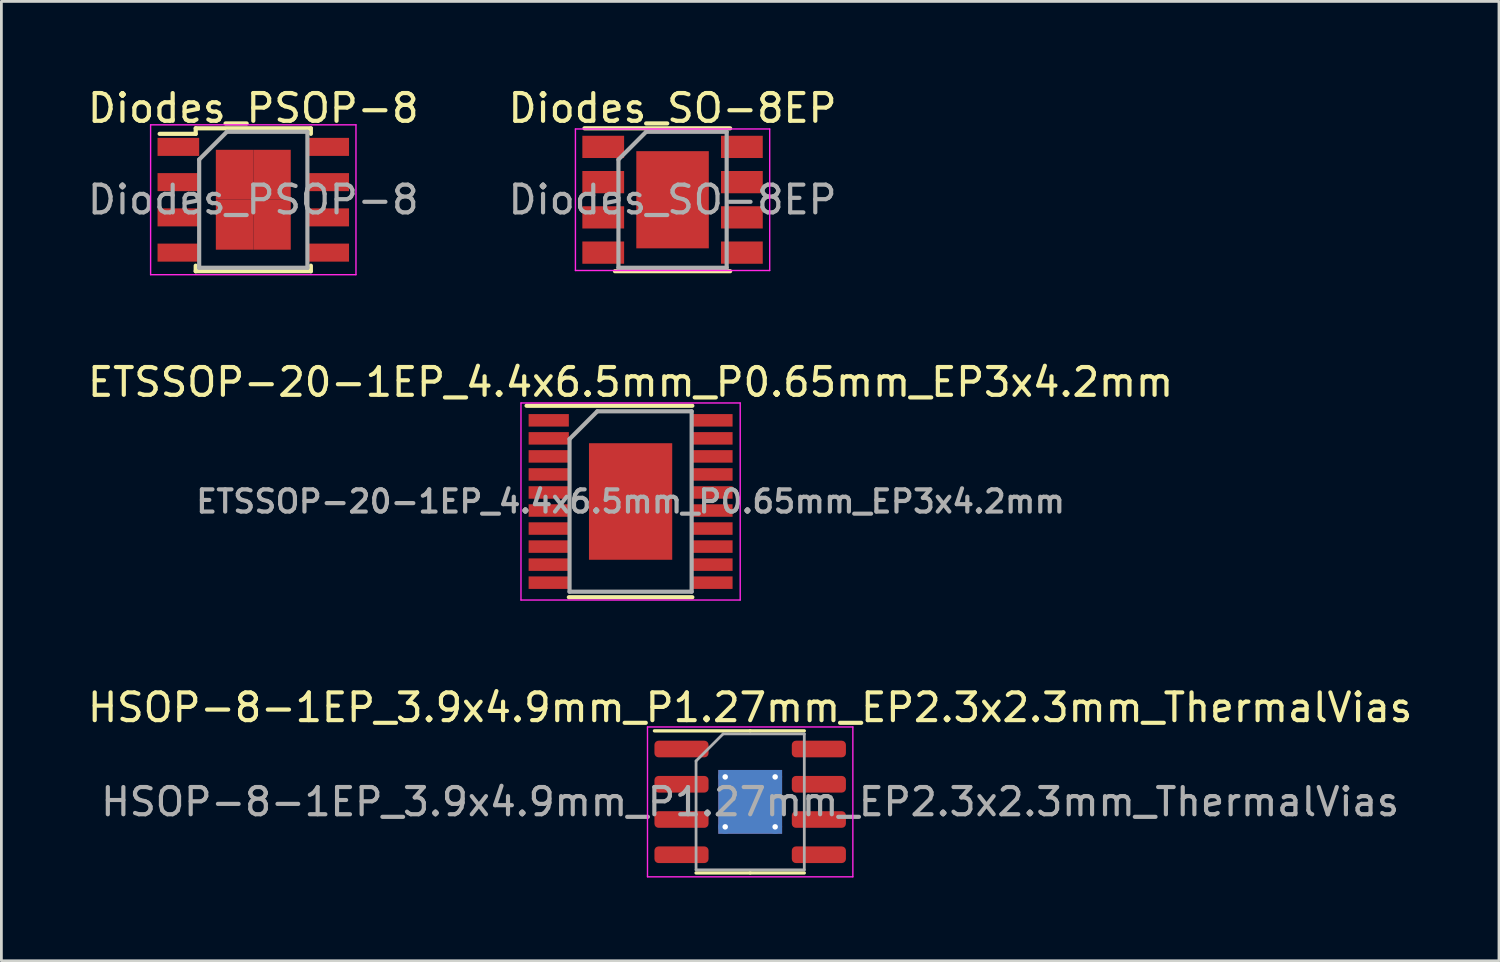
<source format=kicad_pcb>
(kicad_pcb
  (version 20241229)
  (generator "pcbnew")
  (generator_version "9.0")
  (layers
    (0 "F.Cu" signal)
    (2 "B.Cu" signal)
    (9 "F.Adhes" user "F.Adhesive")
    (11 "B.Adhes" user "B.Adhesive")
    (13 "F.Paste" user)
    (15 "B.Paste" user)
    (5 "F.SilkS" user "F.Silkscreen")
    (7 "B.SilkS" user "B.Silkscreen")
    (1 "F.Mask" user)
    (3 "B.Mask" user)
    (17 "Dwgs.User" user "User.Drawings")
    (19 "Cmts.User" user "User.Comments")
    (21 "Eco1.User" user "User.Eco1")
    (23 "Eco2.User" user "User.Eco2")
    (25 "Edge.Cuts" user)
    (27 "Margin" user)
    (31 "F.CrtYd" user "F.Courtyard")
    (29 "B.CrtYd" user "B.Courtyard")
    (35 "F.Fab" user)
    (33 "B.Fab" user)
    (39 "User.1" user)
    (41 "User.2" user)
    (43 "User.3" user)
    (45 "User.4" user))
  (footprint "Diodes_PSOP-8"
    (layer "F.Cu")
    (at 6.077 4.148)
    (property "Reference" "Diodes_PSOP-8" (at 0 -3.3 0) (layer "F.SilkS") (effects (font (size 1 1) (thickness 0.15))))
    (attr smd)
    (fp_line (start -2.075 -2.575) (end -2.075 -2.375) (stroke (width 0.15) (type solid)) (layer "F.SilkS"))
    (fp_line (start -2.075 -2.575) (end 2.075 -2.575) (stroke (width 0.15) (type solid)) (layer "F.SilkS"))
    (fp_line (start -2.075 -2.375) (end -3.375 -2.375) (stroke (width 0.15) (type solid)) (layer "F.SilkS"))
    (fp_line (start -2.075 2.575) (end -2.075 2.375) (stroke (width 0.15) (type solid)) (layer "F.SilkS"))
    (fp_line (start -2.075 2.575) (end 2.075 2.575) (stroke (width 0.15) (type solid)) (layer "F.SilkS"))
    (fp_line (start 2.075 -2.575) (end 2.075 -2.375) (stroke (width 0.15) (type solid)) (layer "F.SilkS"))
    (fp_line (start 2.075 2.575) (end 2.075 2.375) (stroke (width 0.15) (type solid)) (layer "F.SilkS"))
    (fp_line (start -3.7 -2.7) (end -3.7 2.7) (stroke (width 0.05) (type solid)) (layer "F.CrtYd"))
    (fp_line (start -3.7 -2.7) (end 3.7 -2.7) (stroke (width 0.05) (type solid)) (layer "F.CrtYd"))
    (fp_line (start -3.7 2.7) (end 3.7 2.7) (stroke (width 0.05) (type solid)) (layer "F.CrtYd"))
    (fp_line (start 3.7 -2.7) (end 3.7 2.7) (stroke (width 0.05) (type solid)) (layer "F.CrtYd"))
    (fp_line (start -1.95 -1.45) (end -0.95 -2.45) (stroke (width 0.15) (type solid)) (layer "F.Fab"))
    (fp_line (start -1.95 2.45) (end -1.95 -1.45) (stroke (width 0.15) (type solid)) (layer "F.Fab"))
    (fp_line (start -0.95 -2.45) (end 1.95 -2.45) (stroke (width 0.15) (type solid)) (layer "F.Fab"))
    (fp_line (start 1.95 -2.45) (end 1.95 2.45) (stroke (width 0.15) (type solid)) (layer "F.Fab"))
    (fp_line (start 1.95 2.45) (end -1.95 2.45) (stroke (width 0.15) (type solid)) (layer "F.Fab"))
    (fp_text user "${REFERENCE}" (at 0 0 0) (layer "F.Fab") (effects (font (size 1 1) (thickness 0.15))))
    (pad "1" smd rect (at -2.7 -1.905) (size 1.5 0.65) (layers "F.Cu" "F.Mask" "F.Paste"))
    (pad "2" smd rect (at -2.7 -0.635) (size 1.5 0.65) (layers "F.Cu" "F.Mask" "F.Paste"))
    (pad "3" smd rect (at -2.7 0.635) (size 1.5 0.65) (layers "F.Cu" "F.Mask" "F.Paste"))
    (pad "4" smd rect (at -2.7 1.905) (size 1.5 0.65) (layers "F.Cu" "F.Mask" "F.Paste"))
    (pad "5" smd rect (at 2.7 1.905) (size 1.5 0.65) (layers "F.Cu" "F.Mask" "F.Paste"))
    (pad "6" smd rect (at 2.7 0.635) (size 1.5 0.65) (layers "F.Cu" "F.Mask" "F.Paste"))
    (pad "7" smd rect (at 2.7 -0.635) (size 1.5 0.65) (layers "F.Cu" "F.Mask" "F.Paste"))
    (pad "8" smd rect (at 2.7 -1.905) (size 1.5 0.65) (layers "F.Cu" "F.Mask" "F.Paste"))
    (pad "9" smd rect (at -0.675 -0.9) (size 1.35 1.8) (layers "F.Cu" "F.Mask" "F.Paste"))
    (pad "9" smd rect (at -0.675 0.9) (size 1.35 1.8) (layers "F.Cu" "F.Mask" "F.Paste"))
    (pad "9" smd rect (at 0.675 -0.9) (size 1.35 1.8) (layers "F.Cu" "F.Mask" "F.Paste"))
    (pad "9" smd rect (at 0.675 0.9) (size 1.35 1.8) (layers "F.Cu" "F.Mask" "F.Paste")))
  (footprint "Diodes_SO-8EP"
    (layer "F.Cu")
    (at 21.185 4.148)
    (property "Reference" "Diodes_SO-8EP" (at 0 -3.3 0) (layer "F.SilkS") (effects (font (size 1 1) (thickness 0.15))))
    (attr smd)
    (fp_line (start -3.175 -2.575) (end 2.075 -2.575) (stroke (width 0.15) (type solid)) (layer "F.SilkS"))
    (fp_line (start -2.075 2.575) (end 2.075 2.575) (stroke (width 0.15) (type solid)) (layer "F.SilkS"))
    (fp_line (start -3.5 -2.55) (end -3.5 2.55) (stroke (width 0.05) (type solid)) (layer "F.CrtYd"))
    (fp_line (start -3.5 -2.55) (end 3.5 -2.55) (stroke (width 0.05) (type solid)) (layer "F.CrtYd"))
    (fp_line (start -3.5 2.55) (end 3.5 2.55) (stroke (width 0.05) (type solid)) (layer "F.CrtYd"))
    (fp_line (start 3.5 -2.55) (end 3.5 2.55) (stroke (width 0.05) (type solid)) (layer "F.CrtYd"))
    (fp_line (start -1.95 -1.45) (end -0.95 -2.45) (stroke (width 0.15) (type solid)) (layer "F.Fab"))
    (fp_line (start -1.95 2.45) (end -1.95 -1.45) (stroke (width 0.15) (type solid)) (layer "F.Fab"))
    (fp_line (start -0.95 -2.45) (end 1.95 -2.45) (stroke (width 0.15) (type solid)) (layer "F.Fab"))
    (fp_line (start 1.95 -2.45) (end 1.95 2.45) (stroke (width 0.15) (type solid)) (layer "F.Fab"))
    (fp_line (start 1.95 2.45) (end -1.95 2.45) (stroke (width 0.15) (type solid)) (layer "F.Fab"))
    (fp_text user "${REFERENCE}" (at 0 0 0) (layer "F.Fab") (effects (font (size 1 1) (thickness 0.15))))
    (pad "1" smd rect (at -2.498 -1.905) (size 1.505 0.802) (layers "F.Cu" "F.Mask" "F.Paste"))
    (pad "2" smd rect (at -2.498 -0.635) (size 1.505 0.802) (layers "F.Cu" "F.Mask" "F.Paste"))
    (pad "3" smd rect (at -2.498 0.635) (size 1.505 0.802) (layers "F.Cu" "F.Mask" "F.Paste"))
    (pad "4" smd rect (at -2.498 1.905) (size 1.505 0.802) (layers "F.Cu" "F.Mask" "F.Paste"))
    (pad "5" smd rect (at 2.498 1.905) (size 1.505 0.802) (layers "F.Cu" "F.Mask" "F.Paste"))
    (pad "6" smd rect (at 2.498 0.635) (size 1.505 0.802) (layers "F.Cu" "F.Mask" "F.Paste"))
    (pad "7" smd rect (at 2.498 -0.635) (size 1.505 0.802) (layers "F.Cu" "F.Mask" "F.Paste"))
    (pad "8" smd rect (at 2.498 -1.905) (size 1.505 0.802) (layers "F.Cu" "F.Mask" "F.Paste"))
    (pad "9" smd rect (at 0 0) (size 2.613 3.502) (layers "F.Cu" "F.Mask" "F.Paste")))
  (footprint "HSOP-8-1EP_3.9x4.9mm_P1.27mm_EP2.3x2.3mm_ThermalVias"
    (layer "F.Cu")
    (at 23.982 25.845)
    (property "Reference" "HSOP-8-1EP_3.9x4.9mm_P1.27mm_EP2.3x2.3mm_ThermalVias" (at 0 -3.4 0) (layer "F.SilkS") (effects (font (size 1 1) (thickness 0.15))))
    (attr smd)
    (fp_line (start 0 -2.56) (end -3.45 -2.56) (stroke (width 0.12) (type solid)) (layer "F.SilkS"))
    (fp_line (start 0 -2.56) (end 1.95 -2.56) (stroke (width 0.12) (type solid)) (layer "F.SilkS"))
    (fp_line (start 0 2.56) (end -1.95 2.56) (stroke (width 0.12) (type solid)) (layer "F.SilkS"))
    (fp_line (start 0 2.56) (end 1.95 2.56) (stroke (width 0.12) (type solid)) (layer "F.SilkS"))
    (fp_line (start -3.7 -2.7) (end -3.7 2.7) (stroke (width 0.05) (type solid)) (layer "F.CrtYd"))
    (fp_line (start -3.7 2.7) (end 3.7 2.7) (stroke (width 0.05) (type solid)) (layer "F.CrtYd"))
    (fp_line (start 3.7 -2.7) (end -3.7 -2.7) (stroke (width 0.05) (type solid)) (layer "F.CrtYd"))
    (fp_line (start 3.7 2.7) (end 3.7 -2.7) (stroke (width 0.05) (type solid)) (layer "F.CrtYd"))
    (fp_line (start -1.95 -1.475) (end -0.975 -2.45) (stroke (width 0.1) (type solid)) (layer "F.Fab"))
    (fp_line (start -1.95 2.45) (end -1.95 -1.475) (stroke (width 0.1) (type solid)) (layer "F.Fab"))
    (fp_line (start -0.975 -2.45) (end 1.95 -2.45) (stroke (width 0.1) (type solid)) (layer "F.Fab"))
    (fp_line (start 1.95 -2.45) (end 1.95 2.45) (stroke (width 0.1) (type solid)) (layer "F.Fab"))
    (fp_line (start 1.95 2.45) (end -1.95 2.45) (stroke (width 0.1) (type solid)) (layer "F.Fab"))
    (fp_text user "${REFERENCE}" (at 0 0 0) (layer "F.Fab") (effects (font (size 0.98 0.98) (thickness 0.15))))
    (pad "" smd roundrect (at -0.575 -0.575) (size 0.93 0.93) (layers "F.Paste") (roundrect_rratio 0.25))
    (pad "" smd roundrect (at -0.575 0.575) (size 0.93 0.93) (layers "F.Paste") (roundrect_rratio 0.25))
    (pad "" smd roundrect (at 0.575 -0.575) (size 0.93 0.93) (layers "F.Paste") (roundrect_rratio 0.25))
    (pad "" smd roundrect (at 0.575 0.575) (size 0.93 0.93) (layers "F.Paste") (roundrect_rratio 0.25))
    (pad "1" smd roundrect (at -2.475 -1.905) (size 1.95 0.6) (layers "F.Cu" "F.Mask" "F.Paste") (roundrect_rratio 0.25))
    (pad "2" smd roundrect (at -2.475 -0.635) (size 1.95 0.6) (layers "F.Cu" "F.Mask" "F.Paste") (roundrect_rratio 0.25))
    (pad "3" smd roundrect (at -2.475 0.635) (size 1.95 0.6) (layers "F.Cu" "F.Mask" "F.Paste") (roundrect_rratio 0.25))
    (pad "4" smd roundrect (at -2.475 1.905) (size 1.95 0.6) (layers "F.Cu" "F.Mask" "F.Paste") (roundrect_rratio 0.25))
    (pad "5" smd roundrect (at 2.475 1.905) (size 1.95 0.6) (layers "F.Cu" "F.Mask" "F.Paste") (roundrect_rratio 0.25))
    (pad "6" smd roundrect (at 2.475 0.635) (size 1.95 0.6) (layers "F.Cu" "F.Mask" "F.Paste") (roundrect_rratio 0.25))
    (pad "7" smd roundrect (at 2.475 -0.635) (size 1.95 0.6) (layers "F.Cu" "F.Mask" "F.Paste") (roundrect_rratio 0.25))
    (pad "8" smd roundrect (at 2.475 -1.905) (size 1.95 0.6) (layers "F.Cu" "F.Mask" "F.Paste") (roundrect_rratio 0.25))
    (pad "9" thru_hole circle (at -0.9 -0.9) (size 0.5 0.5) (drill 0.2) (layers "*.Cu"))
    (pad "9" thru_hole circle (at -0.9 0.9) (size 0.5 0.5) (drill 0.2) (layers "*.Cu"))
    (pad "9" smd rect (at 0 0) (size 2.3 2.3) (layers "F.Cu" "F.Mask"))
    (pad "9" smd rect (at 0 0) (size 2.3 2.3) (layers "B.Cu"))
    (pad "9" thru_hole circle (at 0.9 -0.9) (size 0.5 0.5) (drill 0.2) (layers "*.Cu"))
    (pad "9" thru_hole circle (at 0.9 0.9) (size 0.5 0.5) (drill 0.2) (layers "*.Cu")))
  (footprint "ETSSOP-20-1EP_4.4x6.5mm_P0.65mm_EP3x4.2mm"
    (layer "F.Cu")
    (at 19.673 15.021)
    (property "Reference" "ETSSOP-20-1EP_4.4x6.5mm_P0.65mm_EP3x4.2mm" (at 0 -4.3 0) (layer "F.SilkS") (effects (font (size 1 1) (thickness 0.15))))
    (attr smd)
    (fp_line (start -3.75 -3.45) (end 2.225 -3.45) (stroke (width 0.15) (type solid)) (layer "F.SilkS"))
    (fp_line (start -2.225 3.45) (end 2.225 3.45) (stroke (width 0.15) (type solid)) (layer "F.SilkS"))
    (fp_line (start -3.95 -3.55) (end -3.95 3.55) (stroke (width 0.05) (type solid)) (layer "F.CrtYd"))
    (fp_line (start -3.95 -3.55) (end 3.95 -3.55) (stroke (width 0.05) (type solid)) (layer "F.CrtYd"))
    (fp_line (start -3.95 3.55) (end 3.95 3.55) (stroke (width 0.05) (type solid)) (layer "F.CrtYd"))
    (fp_line (start 3.95 -3.55) (end 3.95 3.55) (stroke (width 0.05) (type solid)) (layer "F.CrtYd"))
    (fp_line (start -2.2 -2.25) (end -1.2 -3.25) (stroke (width 0.15) (type solid)) (layer "F.Fab"))
    (fp_line (start -2.2 3.25) (end -2.2 -2.25) (stroke (width 0.15) (type solid)) (layer "F.Fab"))
    (fp_line (start -1.2 -3.25) (end 2.2 -3.25) (stroke (width 0.15) (type solid)) (layer "F.Fab"))
    (fp_line (start 2.2 -3.25) (end 2.2 3.25) (stroke (width 0.15) (type solid)) (layer "F.Fab"))
    (fp_line (start 2.2 3.25) (end -2.2 3.25) (stroke (width 0.15) (type solid)) (layer "F.Fab"))
    (fp_text user "${REFERENCE}" (at 0 0 0) (layer "F.Fab") (effects (font (size 0.8 0.8) (thickness 0.15))))
    (pad "" smd rect (at -0.75 -1.4) (size 1.2 1.14) (layers "F.Paste"))
    (pad "" smd rect (at -0.75 0) (size 1.2 1.14) (layers "F.Paste"))
    (pad "" smd rect (at -0.75 1.4) (size 1.2 1.14) (layers "F.Paste"))
    (pad "" smd rect (at 0.75 -1.4) (size 1.2 1.14) (layers "F.Paste"))
    (pad "" smd rect (at 0.75 0) (size 1.2 1.14) (layers "F.Paste"))
    (pad "" smd rect (at 0.75 1.4) (size 1.2 1.14) (layers "F.Paste"))
    (pad "1" smd rect (at -2.95 -2.925) (size 1.45 0.45) (layers "F.Cu" "F.Mask" "F.Paste"))
    (pad "2" smd rect (at -2.95 -2.275) (size 1.45 0.45) (layers "F.Cu" "F.Mask" "F.Paste"))
    (pad "3" smd rect (at -2.95 -1.625) (size 1.45 0.45) (layers "F.Cu" "F.Mask" "F.Paste"))
    (pad "4" smd rect (at -2.95 -0.975) (size 1.45 0.45) (layers "F.Cu" "F.Mask" "F.Paste"))
    (pad "5" smd rect (at -2.95 -0.325) (size 1.45 0.45) (layers "F.Cu" "F.Mask" "F.Paste"))
    (pad "6" smd rect (at -2.95 0.325) (size 1.45 0.45) (layers "F.Cu" "F.Mask" "F.Paste"))
    (pad "7" smd rect (at -2.95 0.975) (size 1.45 0.45) (layers "F.Cu" "F.Mask" "F.Paste"))
    (pad "8" smd rect (at -2.95 1.625) (size 1.45 0.45) (layers "F.Cu" "F.Mask" "F.Paste"))
    (pad "9" smd rect (at -2.95 2.275) (size 1.45 0.45) (layers "F.Cu" "F.Mask" "F.Paste"))
    (pad "10" smd rect (at -2.95 2.925) (size 1.45 0.45) (layers "F.Cu" "F.Mask" "F.Paste"))
    (pad "11" smd rect (at 2.95 2.925) (size 1.45 0.45) (layers "F.Cu" "F.Mask" "F.Paste"))
    (pad "12" smd rect (at 2.95 2.275) (size 1.45 0.45) (layers "F.Cu" "F.Mask" "F.Paste"))
    (pad "13" smd rect (at 2.95 1.625) (size 1.45 0.45) (layers "F.Cu" "F.Mask" "F.Paste"))
    (pad "14" smd rect (at 2.95 0.975) (size 1.45 0.45) (layers "F.Cu" "F.Mask" "F.Paste"))
    (pad "15" smd rect (at 2.95 0.325) (size 1.45 0.45) (layers "F.Cu" "F.Mask" "F.Paste"))
    (pad "16" smd rect (at 2.95 -0.325) (size 1.45 0.45) (layers "F.Cu" "F.Mask" "F.Paste"))
    (pad "17" smd rect (at 2.95 -0.975) (size 1.45 0.45) (layers "F.Cu" "F.Mask" "F.Paste"))
    (pad "18" smd rect (at 2.95 -1.625) (size 1.45 0.45) (layers "F.Cu" "F.Mask" "F.Paste"))
    (pad "19" smd rect (at 2.95 -2.275) (size 1.45 0.45) (layers "F.Cu" "F.Mask" "F.Paste"))
    (pad "20" smd rect (at 2.95 -2.925) (size 1.45 0.45) (layers "F.Cu" "F.Mask" "F.Paste"))
    (pad "21" smd rect (at 0 0) (size 3 4.2) (layers "F.Cu" "F.Mask" "F.Paste")))
  (gr_rect
    (start -3 -3)
    (end 50.964 31.57)
    (stroke (width 0.1) (type default))
    (fill no)
    (layer "Edge.Cuts")))
</source>
